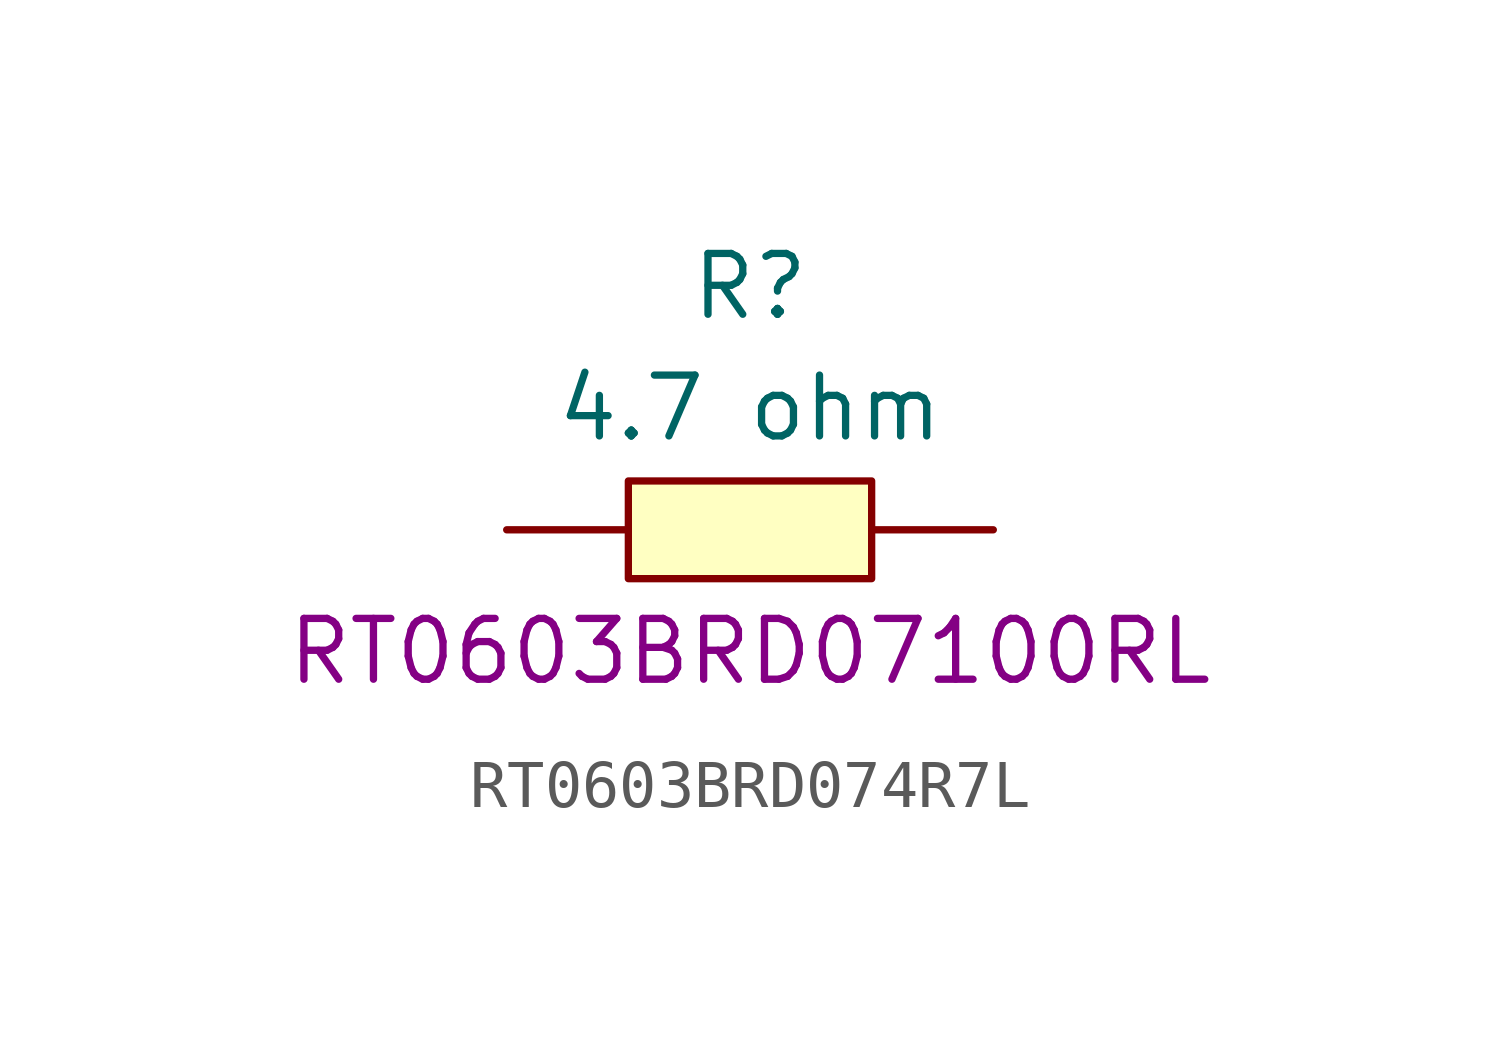
<source format=kicad_sym>
(kicad_symbol_lib
  (version 20220914)
  (generator kicad_symbol_editor)
  (symbol "RT0603BRD074R7L"
    (pin_numbers hide)
    (pin_names hide)
    (property "Reference" "R"
      (at 0 5.08 0)
      (effects (font (size 1.27 1.27))))
    (property "Value" "4.7 ohm"
      (at 0 2.54 0)
      (effects (font (size 1.27 1.27))))
    (property "Manufacturer_Part_Number" "RT0603BRD07100RL"
      (at 0 -2.54 0)
      (effects (font (size 1.27 1.27))))
    (symbol "RT0603BRD074R7L_0_1"
      (rectangle (start -2.54 1.02) (end 2.54 -1.02) (stroke (width 0) (type default)) (fill (type background)))
      (pin input line (at -5.08 0 0) (length 2.54) (name "1" (effects (font (size 1.27 1.27)))) (number "1" (effects (font (size 1.27 1.27)))))
      (pin input line (at 5.08 0 180) (length 2.54) (name "2" (effects (font (size 1.27 1.27)))) (number "2" (effects (font (size 1.27 1.27))))))))
</source>
